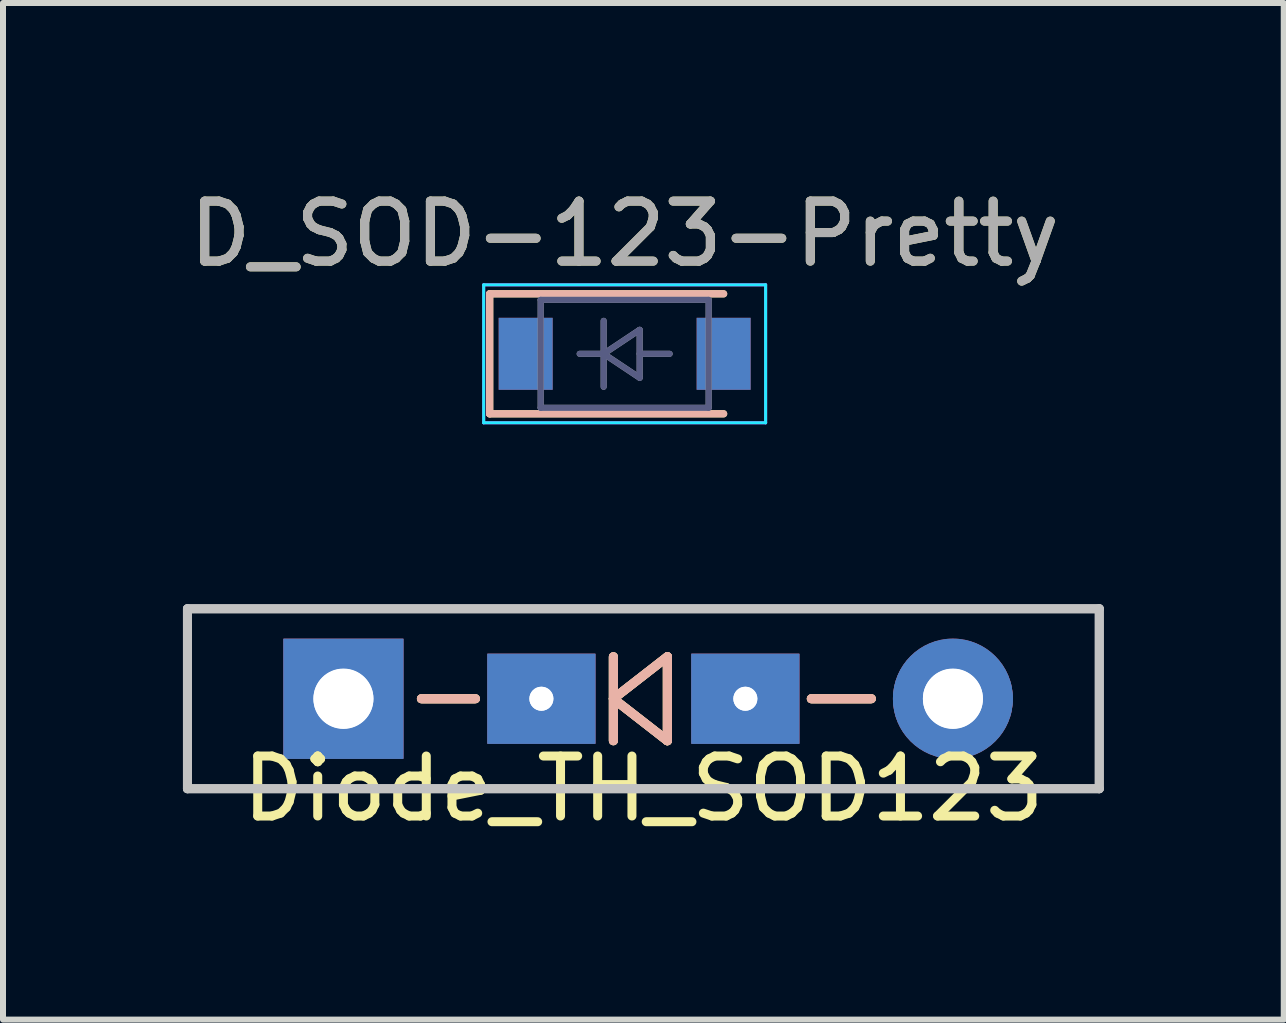
<source format=kicad_pcb>
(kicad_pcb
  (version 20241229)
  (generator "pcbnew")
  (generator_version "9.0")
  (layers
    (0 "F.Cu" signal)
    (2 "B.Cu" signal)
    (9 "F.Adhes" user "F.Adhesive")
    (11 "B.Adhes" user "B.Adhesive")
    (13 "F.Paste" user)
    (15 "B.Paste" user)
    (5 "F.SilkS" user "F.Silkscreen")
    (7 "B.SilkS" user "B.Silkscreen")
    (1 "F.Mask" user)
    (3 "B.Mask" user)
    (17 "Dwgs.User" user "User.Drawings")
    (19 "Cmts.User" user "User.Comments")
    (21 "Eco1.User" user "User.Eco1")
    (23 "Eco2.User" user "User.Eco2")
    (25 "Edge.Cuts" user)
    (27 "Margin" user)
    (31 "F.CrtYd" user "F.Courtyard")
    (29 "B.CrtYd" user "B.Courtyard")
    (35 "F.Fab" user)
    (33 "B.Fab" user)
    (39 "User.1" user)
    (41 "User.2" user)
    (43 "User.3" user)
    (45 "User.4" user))
  (footprint "Diode_TH_SOD123"
    (placed yes)
    (layer "F.Cu")
    (at 7.675 8.598)
    (property "Reference" "Diode_TH_SOD123" (at 0 1.5 0) (layer "F.SilkS") (effects (font (size 1 1) (thickness 0.15))))
    (attr through_hole)
    (fp_line (start -3.7 0) (end -2.8 0) (stroke (width 0.15) (type solid)) (layer "F.SilkS"))
    (fp_line (start -2.8 0) (end -3.7 0) (stroke (width 0.15) (type solid)) (layer "F.SilkS"))
    (fp_line (start -0.5 -0.7) (end -0.5 0.7) (stroke (width 0.15) (type solid)) (layer "F.SilkS"))
    (fp_line (start -0.5 0) (end 0.4 -0.7) (stroke (width 0.15) (type solid)) (layer "F.SilkS"))
    (fp_line (start -0.5 0) (end 0.4 0.7) (stroke (width 0.15) (type solid)) (layer "F.SilkS"))
    (fp_line (start -0.5 0.7) (end -0.5 -0.7) (stroke (width 0.15) (type solid)) (layer "F.SilkS"))
    (fp_line (start 0.4 -0.7) (end -0.5 0) (stroke (width 0.15) (type solid)) (layer "F.SilkS"))
    (fp_line (start 0.4 -0.7) (end 0.4 0.7) (stroke (width 0.15) (type solid)) (layer "F.SilkS"))
    (fp_line (start 0.4 0.7) (end -0.5 0) (stroke (width 0.15) (type solid)) (layer "F.SilkS"))
    (fp_line (start 0.4 0.7) (end 0.4 -0.7) (stroke (width 0.15) (type solid)) (layer "F.SilkS"))
    (fp_line (start 2.8 0) (end 3.8 0) (stroke (width 0.15) (type solid)) (layer "F.SilkS"))
    (fp_line (start 2.8 0) (end 3.8 0) (stroke (width 0.15) (type solid)) (layer "F.SilkS"))
    (fp_line (start -3.7 0) (end -2.8 0) (stroke (width 0.15) (type solid)) (layer "B.SilkS"))
    (fp_line (start -2.8 0) (end -3.7 0) (stroke (width 0.15) (type solid)) (layer "B.SilkS"))
    (fp_line (start -0.5 -0.7) (end -0.5 0.7) (stroke (width 0.15) (type solid)) (layer "B.SilkS"))
    (fp_line (start -0.5 0) (end 0.4 -0.7) (stroke (width 0.15) (type solid)) (layer "B.SilkS"))
    (fp_line (start -0.5 0) (end 0.4 0.7) (stroke (width 0.15) (type solid)) (layer "B.SilkS"))
    (fp_line (start -0.5 0.7) (end -0.5 -0.7) (stroke (width 0.15) (type solid)) (layer "B.SilkS"))
    (fp_line (start 0.4 -0.7) (end -0.5 0) (stroke (width 0.15) (type solid)) (layer "B.SilkS"))
    (fp_line (start 0.4 -0.7) (end 0.4 0.7) (stroke (width 0.15) (type solid)) (layer "B.SilkS"))
    (fp_line (start 0.4 0.7) (end -0.5 0) (stroke (width 0.15) (type solid)) (layer "B.SilkS"))
    (fp_line (start 0.4 0.7) (end 0.4 -0.7) (stroke (width 0.15) (type solid)) (layer "B.SilkS"))
    (fp_line (start 2.8 0) (end 3.8 0) (stroke (width 0.15) (type solid)) (layer "B.SilkS"))
    (fp_line (start 2.8 0) (end 3.8 0) (stroke (width 0.15) (type solid)) (layer "B.SilkS"))
    (fp_line (start -7.6 -1.5) (end -7.6 1.5) (stroke (width 0.15) (type solid)) (layer "Dwgs.User"))
    (fp_line (start -7.6 -1.5) (end 7.6 -1.5) (stroke (width 0.15) (type solid)) (layer "Dwgs.User"))
    (fp_line (start -7.6 -1.5) (end 7.6 -1.5) (stroke (width 0.15) (type solid)) (layer "Dwgs.User"))
    (fp_line (start -7.6 1.5) (end -7.6 -1.5) (stroke (width 0.15) (type solid)) (layer "Dwgs.User"))
    (fp_line (start -7.6 1.5) (end 7.6 1.5) (stroke (width 0.15) (type solid)) (layer "Dwgs.User"))
    (fp_line (start -7.6 1.5) (end 7.6 1.5) (stroke (width 0.15) (type solid)) (layer "Dwgs.User"))
    (fp_line (start 7.6 -1.5) (end 7.6 1.5) (stroke (width 0.15) (type solid)) (layer "Dwgs.User"))
    (fp_line (start 7.6 1.5) (end 7.6 -1.5) (stroke (width 0.15) (type solid)) (layer "Dwgs.User"))
    (pad "1" thru_hole rect (at -5 -0.003 180) (size 1.999 1.999) (drill 1) (layers "*.Cu" "*.Mask"))
    (pad "1" thru_hole rect (at -5 0.003) (size 1.999 1.999) (drill 1) (layers "*.Cu" "*.Mask"))
    (pad "1" thru_hole rect (at -1.7 0 180) (size 1.8 1.5) (drill 0.4) (layers "*.Cu" "*.Mask"))
    (pad "1" thru_hole rect (at -1.7 0) (size 1.8 1.5) (drill 0.4) (layers "*.Cu" "*.Mask"))
    (pad "2" thru_hole rect (at 1.7 0) (size 1.8 1.5) (drill 0.4) (layers "*.Cu" "*.Mask"))
    (pad "2" thru_hole rect (at 1.7 0 180) (size 1.8 1.5) (drill 0.4) (layers "*.Cu" "*.Mask"))
    (pad "2" thru_hole circle (at 5.16 -0.003 180) (size 1.999 1.999) (drill 1) (layers "*.Cu" "*.Mask"))
    (pad "2" thru_hole circle (at 5.16 0.003) (size 1.999 1.999) (drill 1) (layers "*.Cu" "*.Mask")))
  (footprint "D_SOD-123-Pretty"
    (layer "F.Cu")
    (at 7.363 2.848)
    (property "Reference" "D_SOD-123-Pretty" (at 0 -2 0) (layer "F.SilkS") (effects (font (size 1 1) (thickness 0.15))))
    (attr smd)
    (fp_line (start -2.25 -1) (end -2.25 1) (stroke (width 0.12) (type solid)) (layer "F.SilkS"))
    (fp_line (start -2.25 -1) (end 1.65 -1) (stroke (width 0.12) (type solid)) (layer "F.SilkS"))
    (fp_line (start -2.25 1) (end 1.65 1) (stroke (width 0.12) (type solid)) (layer "F.SilkS"))
    (fp_line (start -2.25 -1) (end 1.65 -1) (stroke (width 0.12) (type solid)) (layer "B.SilkS"))
    (fp_line (start -2.25 1) (end -2.25 -1) (stroke (width 0.12) (type solid)) (layer "B.SilkS"))
    (fp_line (start -2.25 1) (end 1.65 1) (stroke (width 0.12) (type solid)) (layer "B.SilkS"))
    (fp_line (start -2.35 1.15) (end -2.35 -1.15) (stroke (width 0.05) (type solid)) (layer "B.CrtYd"))
    (fp_line (start -2.35 1.15) (end 2.35 1.15) (stroke (width 0.05) (type solid)) (layer "B.CrtYd"))
    (fp_line (start 2.35 -1.15) (end -2.35 -1.15) (stroke (width 0.05) (type solid)) (layer "B.CrtYd"))
    (fp_line (start 2.35 1.15) (end 2.35 -1.15) (stroke (width 0.05) (type solid)) (layer "B.CrtYd"))
    (fp_line (start -2.35 -1.15) (end -2.35 1.15) (stroke (width 0.05) (type solid)) (layer "F.CrtYd"))
    (fp_line (start -2.35 -1.15) (end 2.35 -1.15) (stroke (width 0.05) (type solid)) (layer "F.CrtYd"))
    (fp_line (start 2.35 -1.15) (end 2.35 1.15) (stroke (width 0.05) (type solid)) (layer "F.CrtYd"))
    (fp_line (start 2.35 1.15) (end -2.35 1.15) (stroke (width 0.05) (type solid)) (layer "F.CrtYd"))
    (fp_line (start -1.4 -0.9) (end -1.4 0.9) (stroke (width 0.1) (type solid)) (layer "B.Fab"))
    (fp_line (start -1.4 0.9) (end 1.4 0.9) (stroke (width 0.1) (type solid)) (layer "B.Fab"))
    (fp_line (start -0.75 0) (end -0.35 0) (stroke (width 0.1) (type solid)) (layer "B.Fab"))
    (fp_line (start -0.35 0) (end -0.35 -0.55) (stroke (width 0.1) (type solid)) (layer "B.Fab"))
    (fp_line (start -0.35 0) (end -0.35 0.55) (stroke (width 0.1) (type solid)) (layer "B.Fab"))
    (fp_line (start -0.35 0) (end 0.25 0.4) (stroke (width 0.1) (type solid)) (layer "B.Fab"))
    (fp_line (start 0.25 -0.4) (end -0.35 0) (stroke (width 0.1) (type solid)) (layer "B.Fab"))
    (fp_line (start 0.25 0) (end 0.75 0) (stroke (width 0.1) (type solid)) (layer "B.Fab"))
    (fp_line (start 0.25 0.4) (end 0.25 -0.4) (stroke (width 0.1) (type solid)) (layer "B.Fab"))
    (fp_line (start 1.4 -0.9) (end -1.4 -0.9) (stroke (width 0.1) (type solid)) (layer "B.Fab"))
    (fp_line (start 1.4 0.9) (end 1.4 -0.9) (stroke (width 0.1) (type solid)) (layer "B.Fab"))
    (fp_line (start -1.4 -0.9) (end 1.4 -0.9) (stroke (width 0.1) (type solid)) (layer "F.Fab"))
    (fp_line (start -1.4 0.9) (end -1.4 -0.9) (stroke (width 0.1) (type solid)) (layer "F.Fab"))
    (fp_line (start -0.75 0) (end -0.35 0) (stroke (width 0.1) (type solid)) (layer "F.Fab"))
    (fp_line (start -0.35 0) (end -0.35 -0.55) (stroke (width 0.1) (type solid)) (layer "F.Fab"))
    (fp_line (start -0.35 0) (end -0.35 0.55) (stroke (width 0.1) (type solid)) (layer "F.Fab"))
    (fp_line (start -0.35 0) (end 0.25 -0.4) (stroke (width 0.1) (type solid)) (layer "F.Fab"))
    (fp_line (start 0.25 -0.4) (end 0.25 0.4) (stroke (width 0.1) (type solid)) (layer "F.Fab"))
    (fp_line (start 0.25 0) (end 0.75 0) (stroke (width 0.1) (type solid)) (layer "F.Fab"))
    (fp_line (start 0.25 0.4) (end -0.35 0) (stroke (width 0.1) (type solid)) (layer "F.Fab"))
    (fp_line (start 1.4 -0.9) (end 1.4 0.9) (stroke (width 0.1) (type solid)) (layer "F.Fab"))
    (fp_line (start 1.4 0.9) (end -1.4 0.9) (stroke (width 0.1) (type solid)) (layer "F.Fab"))
    (fp_text user "${REFERENCE}" (at 0 -2 0) (layer "F.Fab") (effects (font (size 1 1) (thickness 0.15))))
    (pad "1" smd rect (at -1.65 0) (size 0.9 1.2) (layers "F.Cu" "F.Mask" "F.Paste"))
    (pad "1" smd rect (at -1.65 0 180) (size 0.9 1.2) (layers "B.Cu" "B.Mask" "B.Paste"))
    (pad "2" smd rect (at 1.65 0) (size 0.9 1.2) (layers "F.Cu" "F.Mask" "F.Paste"))
    (pad "2" smd rect (at 1.65 0 180) (size 0.9 1.2) (layers "B.Cu" "B.Mask" "B.Paste")))
  (gr_rect
    (start -3 -3)
    (end 18.35 13.947)
    (stroke (width 0.1) (type default))
    (fill no)
    (layer "Edge.Cuts")))
</source>
